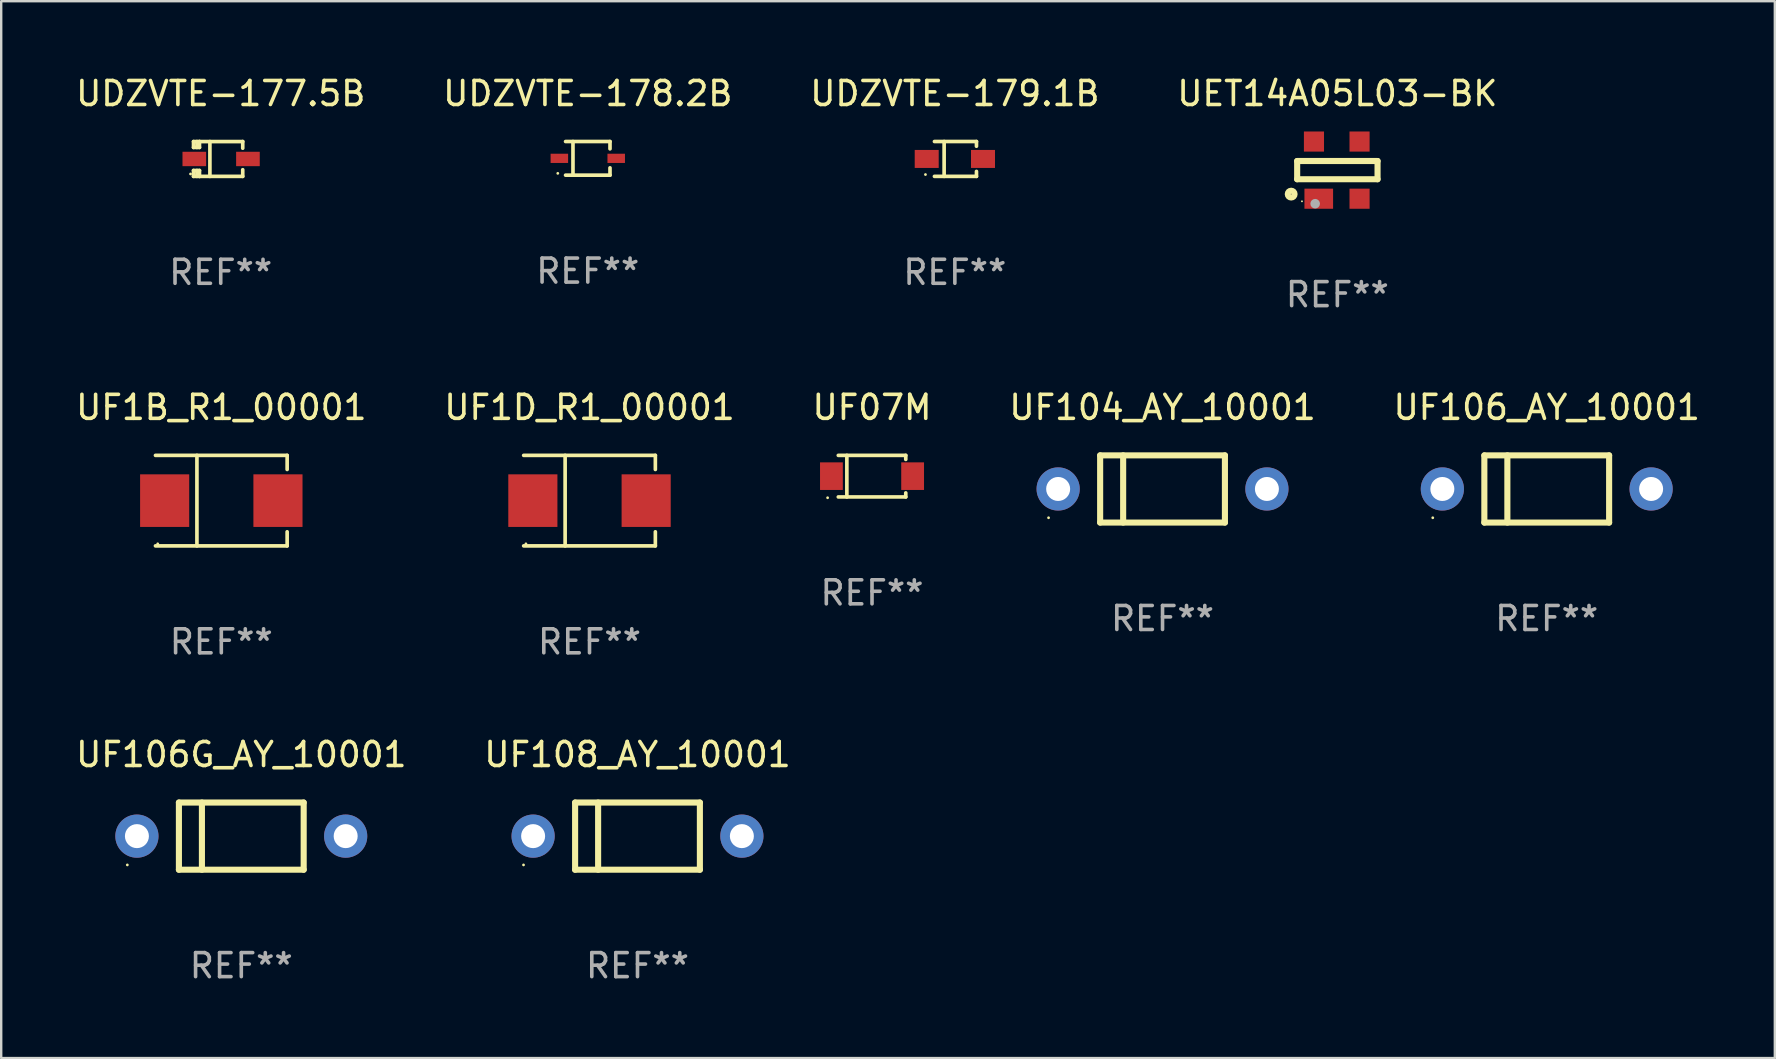
<source format=kicad_pcb>
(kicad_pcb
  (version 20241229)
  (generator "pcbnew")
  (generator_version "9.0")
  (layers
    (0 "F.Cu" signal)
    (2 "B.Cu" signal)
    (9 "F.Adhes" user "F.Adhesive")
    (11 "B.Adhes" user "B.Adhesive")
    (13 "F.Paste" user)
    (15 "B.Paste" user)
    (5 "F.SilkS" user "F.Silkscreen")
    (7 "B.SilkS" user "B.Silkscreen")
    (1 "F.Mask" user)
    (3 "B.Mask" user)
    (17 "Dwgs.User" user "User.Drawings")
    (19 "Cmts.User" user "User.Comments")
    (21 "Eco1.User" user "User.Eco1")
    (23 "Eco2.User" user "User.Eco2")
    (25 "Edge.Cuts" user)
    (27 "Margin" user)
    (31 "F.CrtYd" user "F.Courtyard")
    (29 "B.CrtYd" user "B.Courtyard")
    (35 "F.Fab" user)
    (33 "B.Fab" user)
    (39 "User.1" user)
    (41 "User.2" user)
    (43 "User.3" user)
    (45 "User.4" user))
  (footprint "UDZVTE-177.5B"
    (layer "F.Cu")
    (at 6.149 3.575)
    (property "Reference" "UDZVTE-177.5B" (at 0 -2.726 0) (layer "F.SilkS") (effects (font (size 1 1) (thickness 0.15))))
    (attr through_hole)
    (fp_line (start -1.134 0.48) (end -1.134 0.726) (stroke (width 0.152) (type solid)) (layer "F.SilkS"))
    (fp_line (start -1.134 0.726) (end -0.885 0.726) (stroke (width 0.152) (type solid)) (layer "F.SilkS"))
    (fp_line (start -1.134 -0.726) (end -1.134 -0.48) (stroke (width 0.152) (type solid)) (layer "F.SilkS"))
    (fp_line (start -0.992 -0.726) (end -0.992 -0.48) (stroke (width 0.152) (type solid)) (layer "F.SilkS"))
    (fp_line (start -0.992 0.48) (end -0.992 0.726) (stroke (width 0.152) (type solid)) (layer "F.SilkS"))
    (fp_line (start -0.885 -0.726) (end -1.134 -0.726) (stroke (width 0.152) (type solid)) (layer "F.SilkS"))
    (fp_line (start -0.885 -0.48) (end -1.134 -0.48) (stroke (width 0.152) (type solid)) (layer "F.SilkS"))
    (fp_line (start -0.885 -0.48) (end -0.885 -0.726) (stroke (width 0.152) (type solid)) (layer "F.SilkS"))
    (fp_line (start -0.885 0.48) (end -1.134 0.48) (stroke (width 0.152) (type solid)) (layer "F.SilkS"))
    (fp_line (start -0.885 0.48) (end -0.885 0.726) (stroke (width 0.152) (type solid)) (layer "F.SilkS"))
    (fp_line (start -0.451 0.726) (end -0.451 -0.726) (stroke (width 0.152) (type solid)) (layer "F.SilkS"))
    (fp_line (start 0.917 -0.726) (end -0.885 -0.726) (stroke (width 0.152) (type solid)) (layer "F.SilkS"))
    (fp_line (start 0.917 -0.726) (end 0.917 -0.448) (stroke (width 0.152) (type solid)) (layer "F.SilkS"))
    (fp_line (start 0.917 0.726) (end -0.885 0.726) (stroke (width 0.152) (type solid)) (layer "F.SilkS"))
    (fp_line (start 0.917 0.726) (end 0.917 0.448) (stroke (width 0.152) (type solid)) (layer "F.SilkS"))
    (fp_circle (center -1.259 0.625) (end -1.229 0.625) (stroke (width 0.06) (type solid)) (fill no) (layer "F.SilkS"))
    (fp_text user "REF**" (at 0 4.726 0) (layer "F.Fab") (effects (font (size 1 1) (thickness 0.15))))
    (pad "1" smd rect (at -1.101 -0.000114) (size 0.985 0.6) (layers "F.Cu" "F.Mask" "F.Paste"))
    (pad "2" smd rect (at 1.134 -0.000114) (size 0.985 0.6) (layers "F.Cu" "F.Mask" "F.Paste")))
  (footprint "UF1D_R1_00001"
    (layer "F.Cu")
    (at 21.518 17.814)
    (property "Reference" "UF1D_R1_00001" (at 0 -3.886 0) (layer "F.SilkS") (effects (font (size 1 1) (thickness 0.15))))
    (attr through_hole)
    (fp_line (start -2.744 -1.886) (end 2.744 -1.886) (stroke (width 0.152) (type solid)) (layer "F.SilkS"))
    (fp_line (start -2.744 1.886) (end 2.744 1.886) (stroke (width 0.152) (type solid)) (layer "F.SilkS"))
    (fp_line (start -1.016 -1.886) (end -1.016 1.886) (stroke (width 0.152) (type solid)) (layer "F.SilkS"))
    (fp_line (start 2.744 -1.886) (end 2.744 -1.299) (stroke (width 0.152) (type solid)) (layer "F.SilkS"))
    (fp_line (start 2.744 1.886) (end 2.744 1.299) (stroke (width 0.152) (type solid)) (layer "F.SilkS"))
    (fp_circle (center -2.65 1.8) (end -2.62 1.8) (stroke (width 0.06) (type solid)) (fill no) (layer "F.SilkS"))
    (fp_text user "REF**" (at 0 5.886 0) (layer "F.Fab") (effects (font (size 1 1) (thickness 0.15))))
    (pad "1" smd rect (at -2.361 0) (size 2.047 2.192) (layers "F.Cu" "F.Mask" "F.Paste"))
    (pad "2" smd rect (at 2.361 0) (size 2.047 2.192) (layers "F.Cu" "F.Mask" "F.Paste")))
  (footprint "UF108_AY_10001"
    (layer "F.Cu")
    (at 23.518 31.796)
    (property "Reference" "UF108_AY_10001" (at 0 -3.4 0) (layer "F.SilkS") (effects (font (size 1 1) (thickness 0.15))))
    (attr through_hole)
    (fp_line (start -2.6 -1.4) (end -2.6 1.4) (stroke (width 0.254) (type solid)) (layer "F.SilkS"))
    (fp_line (start -2.6 -1.4) (end 2.6 -1.4) (stroke (width 0.254) (type solid)) (layer "F.SilkS"))
    (fp_line (start -2.6 1.4) (end 2.6 1.4) (stroke (width 0.254) (type solid)) (layer "F.SilkS"))
    (fp_line (start -1.641 -1.4) (end -1.641 1.4) (stroke (width 0.254) (type solid)) (layer "F.SilkS"))
    (fp_line (start 2.6 -1.4) (end 2.6 1.4) (stroke (width 0.254) (type solid)) (layer "F.SilkS"))
    (fp_circle (center -4.75 1.2) (end -4.72 1.2) (stroke (width 0.06) (type solid)) (fill no) (layer "F.SilkS"))
    (fp_text user "REF**" (at 0 5.4 0) (layer "F.Fab") (effects (font (size 1 1) (thickness 0.15))))
    (pad "1" thru_hole circle (at -4.35 0) (size 1.8 1.8) (drill 1) (layers "*.Cu" "*.Mask"))
    (pad "2" thru_hole circle (at 4.35 0) (size 1.8 1.8) (drill 1) (layers "*.Cu" "*.Mask")))
  (footprint "UDZVTE-178.2B"
    (layer "F.Cu")
    (at 21.446 3.549)
    (property "Reference" "UDZVTE-178.2B" (at 0 -2.701 0) (layer "F.SilkS") (effects (font (size 1 1) (thickness 0.15))))
    (attr through_hole)
    (fp_line (start -0.926 -0.701) (end 0.926 -0.701) (stroke (width 0.152) (type solid)) (layer "F.SilkS"))
    (fp_line (start -0.926 0.701) (end 0.926 0.701) (stroke (width 0.152) (type solid)) (layer "F.SilkS"))
    (fp_line (start -0.617 -0.701) (end -0.617 0.701) (stroke (width 0.152) (type solid)) (layer "F.SilkS"))
    (fp_line (start 0.926 -0.701) (end 0.926 -0.396) (stroke (width 0.152) (type solid)) (layer "F.SilkS"))
    (fp_line (start 0.926 0.701) (end 0.926 0.396) (stroke (width 0.152) (type solid)) (layer "F.SilkS"))
    (fp_circle (center -1.25 0.625) (end -1.22 0.625) (stroke (width 0.06) (type solid)) (fill no) (layer "F.SilkS"))
    (fp_text user "REF**" (at 0 4.701 0) (layer "F.Fab") (effects (font (size 1 1) (thickness 0.15))))
    (pad "1" smd rect (at -1.185 0 180) (size 0.73 0.385) (layers "F.Cu" "F.Mask" "F.Paste"))
    (pad "2" smd rect (at 1.185 0 180) (size 0.73 0.385) (layers "F.Cu" "F.Mask" "F.Paste")))
  (footprint "UF1B_R1_00001"
    (layer "F.Cu")
    (at 6.173 17.814)
    (property "Reference" "UF1B_R1_00001" (at 0 -3.886 0) (layer "F.SilkS") (effects (font (size 1 1) (thickness 0.15))))
    (attr through_hole)
    (fp_line (start -2.744 -1.886) (end 2.744 -1.886) (stroke (width 0.152) (type solid)) (layer "F.SilkS"))
    (fp_line (start -2.744 1.886) (end 2.744 1.886) (stroke (width 0.152) (type solid)) (layer "F.SilkS"))
    (fp_line (start -1.016 -1.886) (end -1.016 1.886) (stroke (width 0.152) (type solid)) (layer "F.SilkS"))
    (fp_line (start 2.744 -1.886) (end 2.744 -1.299) (stroke (width 0.152) (type solid)) (layer "F.SilkS"))
    (fp_line (start 2.744 1.886) (end 2.744 1.299) (stroke (width 0.152) (type solid)) (layer "F.SilkS"))
    (fp_circle (center -2.65 1.8) (end -2.62 1.8) (stroke (width 0.06) (type solid)) (fill no) (layer "F.SilkS"))
    (fp_text user "REF**" (at 0 5.886 0) (layer "F.Fab") (effects (font (size 1 1) (thickness 0.15))))
    (pad "1" smd rect (at -2.361 0) (size 2.047 2.192) (layers "F.Cu" "F.Mask" "F.Paste"))
    (pad "2" smd rect (at 2.361 0) (size 2.047 2.192) (layers "F.Cu" "F.Mask" "F.Paste")))
  (footprint "UF106G_AY_10001"
    (layer "F.Cu")
    (at 7.006 31.796)
    (property "Reference" "UF106G_AY_10001" (at 0 -3.4 0) (layer "F.SilkS") (effects (font (size 1 1) (thickness 0.15))))
    (attr through_hole)
    (fp_line (start -2.6 -1.4) (end -2.6 1.4) (stroke (width 0.254) (type solid)) (layer "F.SilkS"))
    (fp_line (start -2.6 -1.4) (end 2.6 -1.4) (stroke (width 0.254) (type solid)) (layer "F.SilkS"))
    (fp_line (start -2.6 1.4) (end 2.6 1.4) (stroke (width 0.254) (type solid)) (layer "F.SilkS"))
    (fp_line (start -1.641 -1.4) (end -1.641 1.4) (stroke (width 0.254) (type solid)) (layer "F.SilkS"))
    (fp_line (start 2.6 -1.4) (end 2.6 1.4) (stroke (width 0.254) (type solid)) (layer "F.SilkS"))
    (fp_circle (center -4.75 1.2) (end -4.72 1.2) (stroke (width 0.06) (type solid)) (fill no) (layer "F.SilkS"))
    (fp_text user "REF**" (at 0 5.4 0) (layer "F.Fab") (effects (font (size 1 1) (thickness 0.15))))
    (pad "1" thru_hole circle (at -4.35 0) (size 1.8 1.8) (drill 1) (layers "*.Cu" "*.Mask"))
    (pad "2" thru_hole circle (at 4.35 0) (size 1.8 1.8) (drill 1) (layers "*.Cu" "*.Mask")))
  (footprint "UF104_AY_10001"
    (layer "F.Cu")
    (at 45.399 17.328)
    (property "Reference" "UF104_AY_10001" (at 0 -3.4 0) (layer "F.SilkS") (effects (font (size 1 1) (thickness 0.15))))
    (attr through_hole)
    (fp_line (start -2.6 -1.4) (end -2.6 1.4) (stroke (width 0.254) (type solid)) (layer "F.SilkS"))
    (fp_line (start -2.6 -1.4) (end 2.6 -1.4) (stroke (width 0.254) (type solid)) (layer "F.SilkS"))
    (fp_line (start -2.6 1.4) (end 2.6 1.4) (stroke (width 0.254) (type solid)) (layer "F.SilkS"))
    (fp_line (start -1.641 -1.4) (end -1.641 1.4) (stroke (width 0.254) (type solid)) (layer "F.SilkS"))
    (fp_line (start 2.6 -1.4) (end 2.6 1.4) (stroke (width 0.254) (type solid)) (layer "F.SilkS"))
    (fp_circle (center -4.75 1.2) (end -4.72 1.2) (stroke (width 0.06) (type solid)) (fill no) (layer "F.SilkS"))
    (fp_text user "REF**" (at 0 5.4 0) (layer "F.Fab") (effects (font (size 1 1) (thickness 0.15))))
    (pad "1" thru_hole circle (at -4.35 0) (size 1.8 1.8) (drill 1) (layers "*.Cu" "*.Mask"))
    (pad "2" thru_hole circle (at 4.35 0) (size 1.8 1.8) (drill 1) (layers "*.Cu" "*.Mask")))
  (footprint "UET14A05L03-BK"
    (layer "F.Cu")
    (at 52.685 4.04)
    (property "Reference" "UET14A05L03-BK" (at 0 -3.191 0) (layer "F.SilkS") (effects (font (size 1 1) (thickness 0.15))))
    (attr through_hole)
    (fp_line (start -1.675 -0.38) (end -1.675 0.38) (stroke (width 0.254) (type solid)) (layer "F.SilkS"))
    (fp_line (start -1.675 -0.38) (end 1.675 -0.38) (stroke (width 0.254) (type solid)) (layer "F.SilkS"))
    (fp_line (start -1.675 0.38) (end 1.675 0.38) (stroke (width 0.254) (type solid)) (layer "F.SilkS"))
    (fp_line (start 1.675 -0.38) (end 1.675 0.38) (stroke (width 0.254) (type solid)) (layer "F.SilkS"))
    (fp_circle (center -1.925 1) (end -1.783 1) (stroke (width 0.254) (type solid)) (fill no) (layer "F.SilkS"))
    (fp_circle (center -1.475 1.3) (end -1.455 1.3) (stroke (width 0.04) (type solid)) (fill no) (layer "F.SilkS"))
    (fp_circle (center -0.925 1.4) (end -0.825 1.4) (stroke (width 0.2) (type solid)) (fill no) (layer "F.Fab"))
    (fp_text user "REF**" (at 0 5.191 0) (layer "F.Fab") (effects (font (size 1 1) (thickness 0.15))))
    (pad "1" smd rect (at -0.775 1.191) (size 1.194 0.838) (layers "F.Cu" "F.Mask" "F.Paste"))
    (pad "2" smd rect (at 0.925 1.191) (size 0.838 0.838) (layers "F.Cu" "F.Mask" "F.Paste"))
    (pad "3" smd rect (at 0.925 -1.191) (size 0.838 0.838) (layers "F.Cu" "F.Mask" "F.Paste"))
    (pad "4" smd rect (at -0.975 -1.191) (size 0.838 0.838) (layers "F.Cu" "F.Mask" "F.Paste")))
  (footprint "UDZVTE-179.1B"
    (layer "F.Cu")
    (at 36.744 3.574)
    (property "Reference" "UDZVTE-179.1B" (at 0 -2.726 0) (layer "F.SilkS") (effects (font (size 1 1) (thickness 0.15))))
    (attr through_hole)
    (fp_line (start -0.851 -0.726) (end 0.901 -0.726) (stroke (width 0.152) (type solid)) (layer "F.SilkS"))
    (fp_line (start -0.851 0.726) (end 0.901 0.726) (stroke (width 0.152) (type solid)) (layer "F.SilkS"))
    (fp_line (start -0.447 -0.726) (end -0.447 0.726) (stroke (width 0.152) (type solid)) (layer "F.SilkS"))
    (fp_line (start 0.901 -0.726) (end 0.901 -0.53) (stroke (width 0.152) (type solid)) (layer "F.SilkS"))
    (fp_line (start 0.901 0.726) (end 0.901 0.52) (stroke (width 0.152) (type solid)) (layer "F.SilkS"))
    (fp_circle (center -1.225 0.65) (end -1.195 0.65) (stroke (width 0.06) (type solid)) (fill no) (layer "F.SilkS"))
    (fp_text user "REF**" (at 0 4.726 0) (layer "F.Fab") (effects (font (size 1 1) (thickness 0.15))))
    (pad "1" smd rect (at -1.173 0) (size 1 0.75) (layers "F.Cu" "F.Mask" "F.Paste"))
    (pad "2" smd rect (at 1.173 0) (size 1 0.75) (layers "F.Cu" "F.Mask" "F.Paste")))
  (footprint "UF07M"
    (layer "F.Cu")
    (at 33.292 16.794)
    (property "Reference" "UF07M" (at 0 -2.866 0) (layer "F.SilkS") (effects (font (size 1 1) (thickness 0.15))))
    (attr through_hole)
    (fp_line (start -1.406 -0.866) (end 1.406 -0.866) (stroke (width 0.152) (type solid)) (layer "F.SilkS"))
    (fp_line (start -1.406 0.866) (end 1.406 0.866) (stroke (width 0.152) (type solid)) (layer "F.SilkS"))
    (fp_line (start -1.049 -0.866) (end -1.049 0.866) (stroke (width 0.152) (type solid)) (layer "F.SilkS"))
    (fp_line (start 1.406 -0.866) (end 1.406 -0.698) (stroke (width 0.152) (type solid)) (layer "F.SilkS"))
    (fp_line (start 1.406 0.866) (end 1.406 0.698) (stroke (width 0.152) (type solid)) (layer "F.SilkS"))
    (fp_circle (center -1.851 0.9) (end -1.821 0.9) (stroke (width 0.06) (type solid)) (fill no) (layer "F.SilkS"))
    (fp_text user "REF**" (at 0 4.866 0) (layer "F.Fab") (effects (font (size 1 1) (thickness 0.15))))
    (pad "1" smd rect (at -1.692 0) (size 0.95 1.15) (layers "F.Cu" "F.Mask" "F.Paste"))
    (pad "2" smd rect (at 1.692 0) (size 0.95 1.15) (layers "F.Cu" "F.Mask" "F.Paste")))
  (footprint "UF106_AY_10001"
    (layer "F.Cu")
    (at 61.411 17.328)
    (property "Reference" "UF106_AY_10001" (at 0 -3.4 0) (layer "F.SilkS") (effects (font (size 1 1) (thickness 0.15))))
    (attr through_hole)
    (fp_line (start -2.6 -1.4) (end -2.6 1.4) (stroke (width 0.254) (type solid)) (layer "F.SilkS"))
    (fp_line (start -2.6 -1.4) (end 2.6 -1.4) (stroke (width 0.254) (type solid)) (layer "F.SilkS"))
    (fp_line (start -2.6 1.4) (end 2.6 1.4) (stroke (width 0.254) (type solid)) (layer "F.SilkS"))
    (fp_line (start -1.641 -1.4) (end -1.641 1.4) (stroke (width 0.254) (type solid)) (layer "F.SilkS"))
    (fp_line (start 2.6 -1.4) (end 2.6 1.4) (stroke (width 0.254) (type solid)) (layer "F.SilkS"))
    (fp_circle (center -4.75 1.2) (end -4.72 1.2) (stroke (width 0.06) (type solid)) (fill no) (layer "F.SilkS"))
    (fp_text user "REF**" (at 0 5.4 0) (layer "F.Fab") (effects (font (size 1 1) (thickness 0.15))))
    (pad "1" thru_hole circle (at -4.35 0) (size 1.8 1.8) (drill 1) (layers "*.Cu" "*.Mask"))
    (pad "2" thru_hole circle (at 4.35 0) (size 1.8 1.8) (drill 1) (layers "*.Cu" "*.Mask")))
  (gr_rect
    (start -3 -3)
    (end 70.917 41.045)
    (stroke (width 0.1) (type default))
    (fill no)
    (layer "Edge.Cuts")))
</source>
